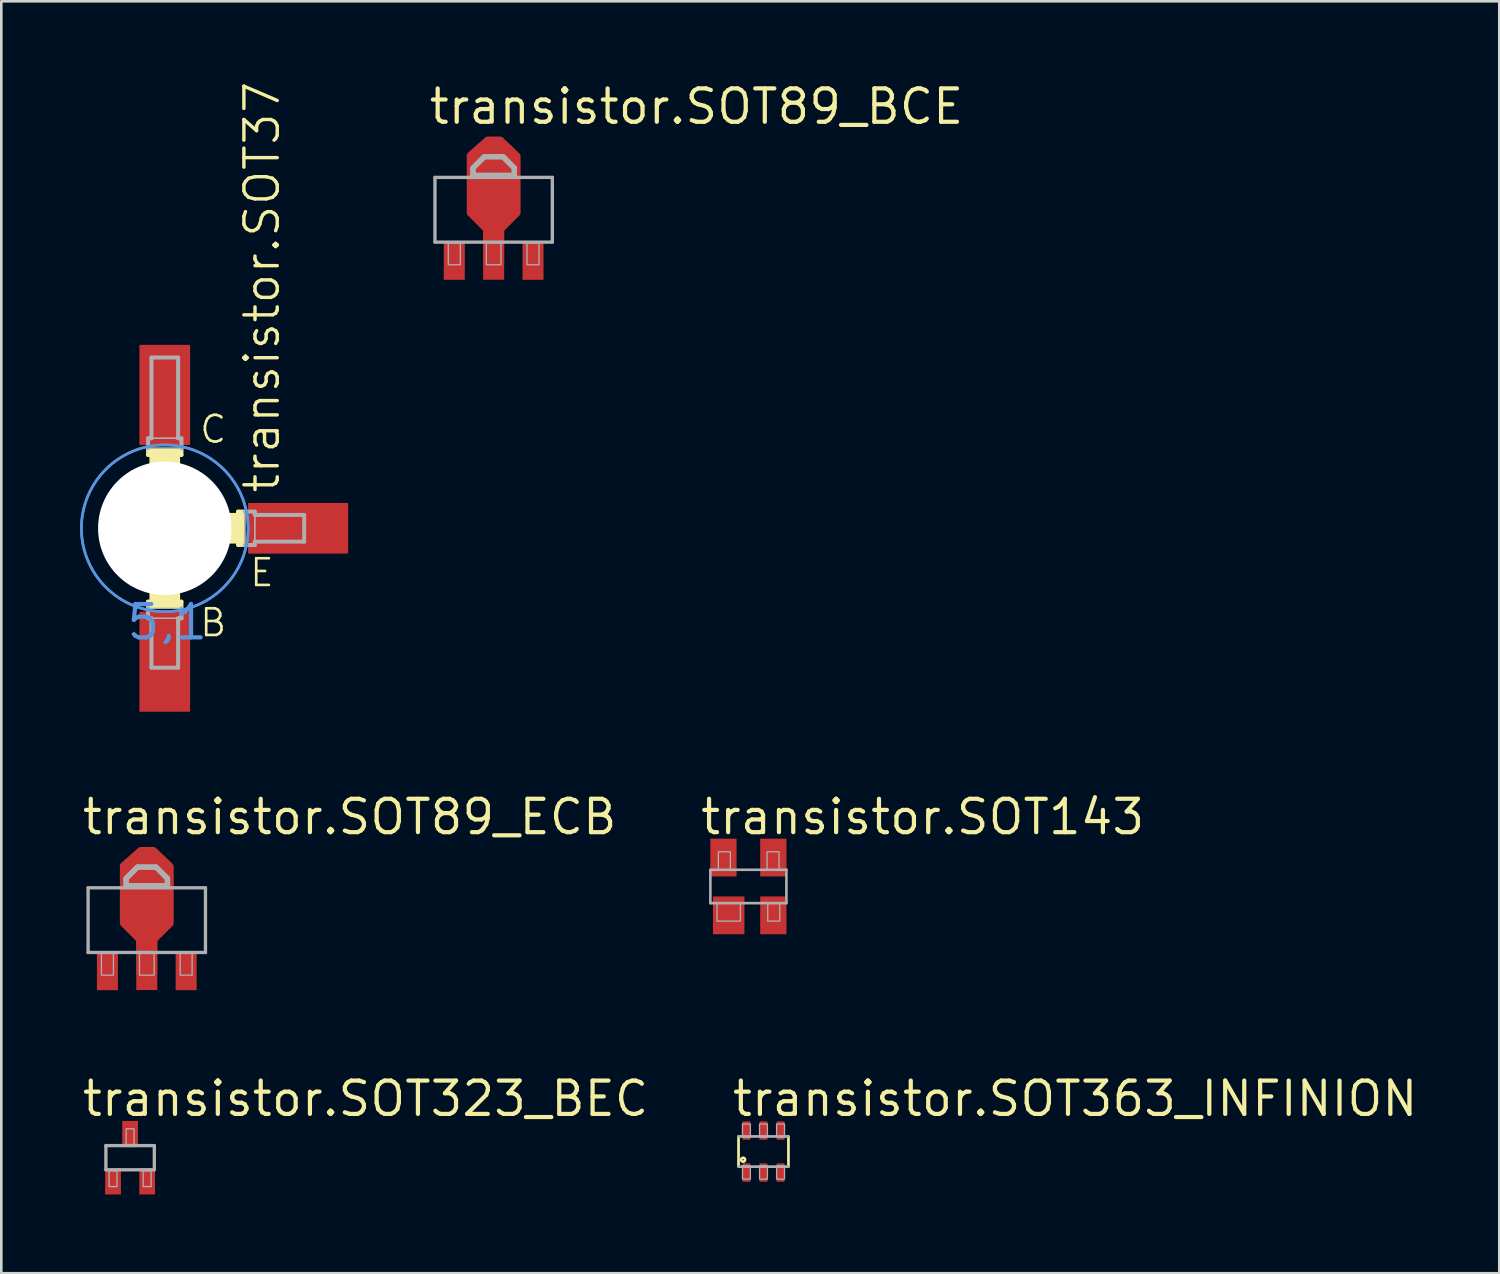
<source format=kicad_pcb>
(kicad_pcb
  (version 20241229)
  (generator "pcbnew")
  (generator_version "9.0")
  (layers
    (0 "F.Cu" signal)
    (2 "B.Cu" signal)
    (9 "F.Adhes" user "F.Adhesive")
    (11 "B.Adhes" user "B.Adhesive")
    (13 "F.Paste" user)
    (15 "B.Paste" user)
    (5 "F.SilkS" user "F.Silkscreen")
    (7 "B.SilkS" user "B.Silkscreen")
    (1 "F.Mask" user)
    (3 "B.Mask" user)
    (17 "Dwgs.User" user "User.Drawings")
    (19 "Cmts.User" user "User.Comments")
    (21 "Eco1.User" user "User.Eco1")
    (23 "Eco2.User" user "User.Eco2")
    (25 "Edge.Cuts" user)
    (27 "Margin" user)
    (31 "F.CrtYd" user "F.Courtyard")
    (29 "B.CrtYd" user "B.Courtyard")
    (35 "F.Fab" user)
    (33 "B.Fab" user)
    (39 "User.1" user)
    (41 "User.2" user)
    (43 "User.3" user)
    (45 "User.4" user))
  (footprint "transistor.SOT363_INFINION"
    (layer "F.Cu")
    (at 26.026 40.804)
    (property "Reference" "transistor.SOT363_INFINION" (at -1.27 -1.27 0) (layer "F.SilkS") (effects (font (size 1.27 1.27) (thickness 0.16)) (justify left bottom)))
    (attr smd)
    (fp_rect (start -0.838 -0.412) (end -0.463 -1.2) (stroke (width 0.05) (type default)) (fill yes) (layer "F.Mask"))
    (fp_rect (start -0.838 1.2) (end -0.463 0.412) (stroke (width 0.05) (type default)) (fill yes) (layer "F.Mask"))
    (fp_rect (start -0.188 -0.412) (end 0.188 -1.2) (stroke (width 0.05) (type default)) (fill yes) (layer "F.Mask"))
    (fp_rect (start -0.188 1.2) (end 0.188 0.412) (stroke (width 0.05) (type default)) (fill yes) (layer "F.Mask"))
    (fp_rect (start 0.463 -0.412) (end 0.838 -1.2) (stroke (width 0.05) (type default)) (fill yes) (layer "F.Mask"))
    (fp_rect (start 0.463 1.2) (end 0.838 0.412) (stroke (width 0.05) (type default)) (fill yes) (layer "F.Mask"))
    (fp_line (start -0.95 -0.575) (end -0.95 0.575) (stroke (width 0.102) (type default)) (layer "F.SilkS"))
    (fp_line (start 0.95 0.575) (end 0.95 -0.575) (stroke (width 0.102) (type default)) (layer "F.SilkS"))
    (fp_circle (center -0.775 0.312) (end -0.7 0.312) (stroke (width 0.1) (type default)) (fill no) (layer "F.SilkS"))
    (fp_rect (start -0.775 -0.475) (end -0.525 -1.125) (stroke (width 0.05) (type default)) (fill yes) (layer "F.Paste"))
    (fp_rect (start -0.775 1.125) (end -0.525 0.475) (stroke (width 0.05) (type default)) (fill yes) (layer "F.Paste"))
    (fp_rect (start -0.125 -0.475) (end 0.125 -1.125) (stroke (width 0.05) (type default)) (fill yes) (layer "F.Paste"))
    (fp_rect (start -0.125 1.125) (end 0.125 0.475) (stroke (width 0.05) (type default)) (fill yes) (layer "F.Paste"))
    (fp_rect (start 0.525 -0.475) (end 0.775 -1.125) (stroke (width 0.05) (type default)) (fill yes) (layer "F.Paste"))
    (fp_rect (start 0.525 1.125) (end 0.775 0.475) (stroke (width 0.05) (type default)) (fill yes) (layer "F.Paste"))
    (fp_line (start -0.95 -0.575) (end 0.95 -0.575) (stroke (width 0.102) (type default)) (layer "F.Fab"))
    (fp_line (start -0.95 0.575) (end 0.95 0.575) (stroke (width 0.102) (type default)) (layer "F.Fab"))
    (fp_rect (start -0.8 -0.55) (end -0.5 -1.05) (stroke (width 0.05) (type default)) (fill no) (layer "F.Fab"))
    (fp_rect (start -0.8 1.05) (end -0.5 0.55) (stroke (width 0.05) (type default)) (fill no) (layer "F.Fab"))
    (fp_rect (start -0.15 -0.55) (end 0.15 -1.05) (stroke (width 0.05) (type default)) (fill no) (layer "F.Fab"))
    (fp_rect (start -0.15 1.05) (end 0.15 0.55) (stroke (width 0.05) (type default)) (fill no) (layer "F.Fab"))
    (fp_rect (start 0.5 -0.55) (end 0.8 -1.05) (stroke (width 0.05) (type default)) (fill no) (layer "F.Fab"))
    (fp_rect (start 0.5 1.05) (end 0.8 0.55) (stroke (width 0.05) (type default)) (fill no) (layer "F.Fab"))
    (pad "1" smd roundrect (at -0.65 0.8) (size 0.3 0.7) (layers "F.Cu" "F.Mask" "F.Paste") (roundrect_rratio 0.01))
    (pad "2" smd roundrect (at 0 0.8) (size 0.3 0.7) (layers "F.Cu" "F.Mask" "F.Paste") (roundrect_rratio 0.01))
    (pad "3" smd roundrect (at 0.65 0.8) (size 0.3 0.7) (layers "F.Cu" "F.Mask" "F.Paste") (roundrect_rratio 0.01))
    (pad "4" smd roundrect (at 0.65 -0.8 180) (size 0.3 0.7) (layers "F.Cu" "F.Mask" "F.Paste") (roundrect_rratio 0.01))
    (pad "5" smd roundrect (at 0 -0.8 180) (size 0.3 0.7) (layers "F.Cu" "F.Mask" "F.Paste") (roundrect_rratio 0.01))
    (pad "6" smd roundrect (at -0.65 -0.8 180) (size 0.3 0.7) (layers "F.Cu" "F.Mask" "F.Paste") (roundrect_rratio 0.01)))
  (footprint "transistor.SOT323_BEC"
    (layer "F.Cu")
    (at 1.905 41.039)
    (property "Reference" "transistor.SOT323_BEC" (at -1.905 -1.505 0) (layer "F.SilkS") (effects (font (size 1.27 1.27) (thickness 0.16)) (justify left bottom)))
    (attr smd)
    (fp_line (start -0.922 -0.46) (end 0.922 -0.46) (stroke (width 0.127) (type default)) (layer "F.Fab"))
    (fp_line (start -0.922 0.46) (end -0.922 -0.46) (stroke (width 0.127) (type default)) (layer "F.Fab"))
    (fp_line (start 0.922 -0.46) (end 0.922 0.46) (stroke (width 0.127) (type default)) (layer "F.Fab"))
    (fp_line (start 0.922 0.46) (end -0.922 0.46) (stroke (width 0.127) (type default)) (layer "F.Fab"))
    (fp_rect (start -0.8 1.1) (end -0.5 0.5) (stroke (width 0.05) (type default)) (fill no) (layer "F.Fab"))
    (fp_rect (start -0.15 -0.5) (end 0.15 -1.1) (stroke (width 0.05) (type default)) (fill no) (layer "F.Fab"))
    (fp_rect (start 0.5 1.1) (end 0.8 0.5) (stroke (width 0.05) (type default)) (fill no) (layer "F.Fab"))
    (pad "B" smd roundrect (at -0.65 0.9) (size 0.6 1) (layers "F.Cu" "F.Mask" "F.Paste") (roundrect_rratio 0.01))
    (pad "C" smd roundrect (at 0 -0.9) (size 0.6 1) (layers "F.Cu" "F.Mask" "F.Paste") (roundrect_rratio 0.01))
    (pad "E" smd roundrect (at 0.65 0.9) (size 0.6 1) (layers "F.Cu" "F.Mask" "F.Paste") (roundrect_rratio 0.01)))
  (footprint "transistor.SOT89_ECB"
    (layer "F.Cu")
    (at 2.54 31.979)
    (property "Reference" "transistor.SOT89_ECB" (at -2.54 -3.175 0) (layer "F.SilkS") (effects (font (size 1.27 1.27) (thickness 0.16)) (justify left bottom)))
    (attr smd)
    (fp_poly (pts (xy 0.25 2.05) (xy -0.25 2.05) (xy -0.25 0.75) (xy -0.875 0.125) (xy -0.875 -2.05) (xy -0.225 -2.625) (xy 0.25 -2.625) (xy 0.875 -2.025) (xy 0.875 0.125) (xy 0.25 0.75)) (stroke (width 0.3) (type default)) (fill yes) (layer "F.Cu"))
    (fp_rect (start -0.5 2.78) (end 0.5 1.18) (stroke (width 0.05) (type default)) (fill yes) (layer "F.Mask"))
    (fp_poly (pts (xy -0.275 -2.025) (xy -0.275 0.15) (xy 0.25 0.15) (xy 0.25 -2.025)) (stroke (width 1.7) (type default)) (fill yes) (layer "F.Mask"))
    (fp_rect (start -0.4 2.68) (end 0.4 1.28) (stroke (width 0.05) (type default)) (fill yes) (layer "F.Paste"))
    (fp_poly (pts (xy -0.25 -2.05) (xy 0.275 -2.05) (xy 0.275 0.125) (xy -0.25 0.125)) (stroke (width 1.3) (type default)) (fill yes) (layer "F.Paste"))
    (fp_line (start -2.235 -1.219) (end 2.235 -1.219) (stroke (width 0.127) (type default)) (layer "F.Fab"))
    (fp_line (start -2.235 1.245) (end -2.235 -1.219) (stroke (width 0.127) (type default)) (layer "F.Fab"))
    (fp_line (start -0.787 -1.575) (end -0.356 -2.007) (stroke (width 0.2) (type default)) (layer "F.Fab"))
    (fp_line (start -0.787 -1.295) (end -0.787 -1.575) (stroke (width 0.2) (type default)) (layer "F.Fab"))
    (fp_line (start -0.356 -2.007) (end 0.356 -2.007) (stroke (width 0.2) (type default)) (layer "F.Fab"))
    (fp_line (start 0.356 -2.007) (end 0.787 -1.575) (stroke (width 0.2) (type default)) (layer "F.Fab"))
    (fp_line (start 0.787 -1.575) (end 0.787 -1.295) (stroke (width 0.2) (type default)) (layer "F.Fab"))
    (fp_line (start 0.787 -1.295) (end -0.787 -1.295) (stroke (width 0.2) (type default)) (layer "F.Fab"))
    (fp_line (start 2.235 -1.219) (end 2.235 1.245) (stroke (width 0.127) (type default)) (layer "F.Fab"))
    (fp_line (start 2.235 1.245) (end -2.235 1.245) (stroke (width 0.127) (type default)) (layer "F.Fab"))
    (fp_rect (start -1.727 2.108) (end -1.27 1.27) (stroke (width 0.05) (type default)) (fill no) (layer "F.Fab"))
    (fp_rect (start -0.279 2.108) (end 0.279 1.27) (stroke (width 0.05) (type default)) (fill no) (layer "F.Fab"))
    (fp_rect (start 1.27 2.108) (end 1.727 1.27) (stroke (width 0.05) (type default)) (fill no) (layer "F.Fab"))
    (fp_poly (pts (xy -0.787 -1.321) (xy -0.787 -1.575) (xy -0.356 -2.007) (xy 0.305 -2.007) (xy 0.356 -2.007) (xy 0.787 -1.575) (xy 0.787 -1.295) (xy -0.787 -1.295)) (stroke (width 0.2) (type default)) (fill no) (layer "F.Fab"))
    (pad "B" smd roundrect (at 1.499 1.981) (size 0.8 1.4) (layers "F.Cu" "F.Mask" "F.Paste") (roundrect_rratio 0.01))
    (pad "C" smd roundrect (at 0 1.727) (size 0.8 1.9) (layers "F.Cu" "F.Mask" "F.Paste") (roundrect_rratio 0.01))
    (pad "E" smd roundrect (at -1.499 1.981) (size 0.8 1.4) (layers "F.Cu" "F.Mask" "F.Paste") (roundrect_rratio 0.01)))
  (footprint "transistor.SOT89_BCE"
    (layer "F.Cu")
    (at 15.75 4.925)
    (property "Reference" "transistor.SOT89_BCE" (at -2.54 -3.175 0) (layer "F.SilkS") (effects (font (size 1.27 1.27) (thickness 0.16)) (justify left bottom)))
    (attr smd)
    (fp_poly (pts (xy 0.25 2.05) (xy -0.25 2.05) (xy -0.25 0.75) (xy -0.875 0.125) (xy -0.875 -2.05) (xy -0.225 -2.625) (xy 0.25 -2.625) (xy 0.875 -2.025) (xy 0.875 0.125) (xy 0.25 0.75)) (stroke (width 0.3) (type default)) (fill yes) (layer "F.Cu"))
    (fp_rect (start -0.5 2.78) (end 0.5 1.18) (stroke (width 0.05) (type default)) (fill yes) (layer "F.Mask"))
    (fp_poly (pts (xy -0.275 -2.025) (xy -0.275 0.15) (xy 0.25 0.15) (xy 0.25 -2.025)) (stroke (width 1.7) (type default)) (fill yes) (layer "F.Mask"))
    (fp_rect (start -0.4 2.68) (end 0.4 1.28) (stroke (width 0.05) (type default)) (fill yes) (layer "F.Paste"))
    (fp_poly (pts (xy -0.25 -2.05) (xy 0.275 -2.05) (xy 0.275 0.125) (xy -0.25 0.125)) (stroke (width 1.3) (type default)) (fill yes) (layer "F.Paste"))
    (fp_line (start -2.235 -1.219) (end 2.235 -1.219) (stroke (width 0.127) (type default)) (layer "F.Fab"))
    (fp_line (start -2.235 1.245) (end -2.235 -1.219) (stroke (width 0.127) (type default)) (layer "F.Fab"))
    (fp_line (start -0.787 -1.575) (end -0.356 -2.007) (stroke (width 0.2) (type default)) (layer "F.Fab"))
    (fp_line (start -0.787 -1.295) (end -0.787 -1.575) (stroke (width 0.2) (type default)) (layer "F.Fab"))
    (fp_line (start -0.356 -2.007) (end 0.356 -2.007) (stroke (width 0.2) (type default)) (layer "F.Fab"))
    (fp_line (start 0.356 -2.007) (end 0.787 -1.575) (stroke (width 0.2) (type default)) (layer "F.Fab"))
    (fp_line (start 0.787 -1.575) (end 0.787 -1.295) (stroke (width 0.2) (type default)) (layer "F.Fab"))
    (fp_line (start 0.787 -1.295) (end -0.787 -1.295) (stroke (width 0.2) (type default)) (layer "F.Fab"))
    (fp_line (start 2.235 -1.219) (end 2.235 1.245) (stroke (width 0.127) (type default)) (layer "F.Fab"))
    (fp_line (start 2.235 1.245) (end -2.235 1.245) (stroke (width 0.127) (type default)) (layer "F.Fab"))
    (fp_rect (start -1.727 2.108) (end -1.27 1.27) (stroke (width 0.05) (type default)) (fill no) (layer "F.Fab"))
    (fp_rect (start -0.279 2.108) (end 0.279 1.27) (stroke (width 0.05) (type default)) (fill no) (layer "F.Fab"))
    (fp_rect (start 1.27 2.108) (end 1.727 1.27) (stroke (width 0.05) (type default)) (fill no) (layer "F.Fab"))
    (fp_poly (pts (xy -0.787 -1.321) (xy -0.787 -1.575) (xy -0.356 -2.007) (xy 0.305 -2.007) (xy 0.356 -2.007) (xy 0.787 -1.575) (xy 0.787 -1.295) (xy -0.787 -1.295)) (stroke (width 0.2) (type default)) (fill no) (layer "F.Fab"))
    (pad "B" smd roundrect (at -1.499 1.981) (size 0.8 1.4) (layers "F.Cu" "F.Mask" "F.Paste") (roundrect_rratio 0.01))
    (pad "C" smd roundrect (at 0 1.727) (size 0.8 1.9) (layers "F.Cu" "F.Mask" "F.Paste") (roundrect_rratio 0.01))
    (pad "E" smd roundrect (at 1.499 1.981) (size 0.8 1.4) (layers "F.Cu" "F.Mask" "F.Paste") (roundrect_rratio 0.01)))
  (footprint "transistor.SOT143"
    (layer "F.Cu")
    (at 25.451 30.709)
    (property "Reference" "transistor.SOT143" (at -1.905 -1.905 0) (layer "F.SilkS") (effects (font (size 1.27 1.27) (thickness 0.16)) (justify left bottom)))
    (attr smd)
    (fp_line (start -1.448 -0.635) (end 1.448 -0.635) (stroke (width 0.1) (type default)) (layer "F.Fab"))
    (fp_line (start -1.448 0.635) (end -1.448 -0.635) (stroke (width 0.1) (type default)) (layer "F.Fab"))
    (fp_line (start -1.448 0.635) (end 1.448 0.635) (stroke (width 0.1) (type default)) (layer "F.Fab"))
    (fp_line (start 1.448 0.635) (end 1.448 -0.635) (stroke (width 0.1) (type default)) (layer "F.Fab"))
    (fp_rect (start -1.194 1.321) (end -0.305 0.635) (stroke (width 0.05) (type default)) (fill no) (layer "F.Fab"))
    (fp_rect (start -1.143 -0.635) (end -0.686 -1.321) (stroke (width 0.05) (type default)) (fill no) (layer "F.Fab"))
    (fp_rect (start 0.711 -0.635) (end 1.168 -1.321) (stroke (width 0.05) (type default)) (fill no) (layer "F.Fab"))
    (fp_rect (start 0.737 1.321) (end 1.194 0.635) (stroke (width 0.05) (type default)) (fill no) (layer "F.Fab"))
    (pad "1" smd roundrect (at -0.75 1.1) (size 1.2 1.44) (layers "F.Cu" "F.Mask" "F.Paste") (roundrect_rratio 0.01))
    (pad "2" smd roundrect (at 0.95 1.1) (size 1 1.44) (layers "F.Cu" "F.Mask" "F.Paste") (roundrect_rratio 0.01))
    (pad "3" smd roundrect (at 0.95 -1.1) (size 1 1.44) (layers "F.Cu" "F.Mask" "F.Paste") (roundrect_rratio 0.01))
    (pad "4" smd roundrect (at -0.95 -1.1) (size 1 1.44) (layers "F.Cu" "F.Mask" "F.Paste") (roundrect_rratio 0.01)))
  (footprint "transistor.SOT37"
    (layer "F.Cu")
    (at 3.225 17.069)
    (property "Reference" "transistor.SOT37" (at 4.445 -1.27 90) (layer "F.SilkS") (effects (font (size 1.27 1.27) (thickness 0.13)) (justify left bottom)))
    (attr smd)
    (fp_line (start -0.635 -2.794) (end -0.635 -3.048) (stroke (width 0.152) (type default)) (layer "F.SilkS"))
    (fp_line (start -0.635 -2.794) (end -0.508 -2.794) (stroke (width 0.152) (type default)) (layer "F.SilkS"))
    (fp_line (start -0.635 2.794) (end -0.635 3.048) (stroke (width 0.152) (type default)) (layer "F.SilkS"))
    (fp_line (start -0.635 2.794) (end -0.508 2.794) (stroke (width 0.152) (type default)) (layer "F.SilkS"))
    (fp_line (start -0.508 -2.235) (end -0.508 -2.794) (stroke (width 0.152) (type default)) (layer "F.SilkS"))
    (fp_line (start -0.508 2.235) (end -0.508 2.794) (stroke (width 0.152) (type default)) (layer "F.SilkS"))
    (fp_line (start 0.508 -2.235) (end 0.508 -2.794) (stroke (width 0.152) (type default)) (layer "F.SilkS"))
    (fp_line (start 0.508 2.235) (end 0.508 2.794) (stroke (width 0.152) (type default)) (layer "F.SilkS"))
    (fp_line (start 0.635 -2.794) (end 0.508 -2.794) (stroke (width 0.152) (type default)) (layer "F.SilkS"))
    (fp_line (start 0.635 -2.794) (end 0.635 -3.048) (stroke (width 0.152) (type default)) (layer "F.SilkS"))
    (fp_line (start 0.635 2.794) (end 0.508 2.794) (stroke (width 0.152) (type default)) (layer "F.SilkS"))
    (fp_line (start 0.635 2.794) (end 0.635 3.048) (stroke (width 0.152) (type default)) (layer "F.SilkS"))
    (fp_line (start 2.21 -0.508) (end 2.794 -0.508) (stroke (width 0.152) (type default)) (layer "F.SilkS"))
    (fp_line (start 2.235 0.508) (end 2.794 0.508) (stroke (width 0.152) (type default)) (layer "F.SilkS"))
    (fp_line (start 2.794 -0.635) (end 2.794 -0.508) (stroke (width 0.152) (type default)) (layer "F.SilkS"))
    (fp_line (start 2.794 0.635) (end 2.794 0.508) (stroke (width 0.152) (type default)) (layer "F.SilkS"))
    (fp_line (start 3.048 -0.635) (end 2.794 -0.635) (stroke (width 0.152) (type default)) (layer "F.SilkS"))
    (fp_line (start 3.048 0.635) (end 2.794 0.635) (stroke (width 0.152) (type default)) (layer "F.SilkS"))
    (fp_rect (start -0.635 -2.794) (end 0.635 -3.048) (stroke (width 0.05) (type default)) (fill yes) (layer "F.SilkS"))
    (fp_rect (start -0.635 3.048) (end 0.635 2.794) (stroke (width 0.05) (type default)) (fill yes) (layer "F.SilkS"))
    (fp_rect (start -0.508 -2.413) (end 0.508 -2.794) (stroke (width 0.05) (type default)) (fill yes) (layer "F.SilkS"))
    (fp_rect (start -0.508 2.794) (end 0.508 2.413) (stroke (width 0.05) (type default)) (fill yes) (layer "F.SilkS"))
    (fp_rect (start 2.413 0.508) (end 2.794 -0.508) (stroke (width 0.05) (type default)) (fill yes) (layer "F.SilkS"))
    (fp_rect (start 2.794 0.635) (end 3.048 -0.635) (stroke (width 0.05) (type default)) (fill yes) (layer "F.SilkS"))
    (fp_circle (center 0 -1.524) (end 0.508 -1.524) (stroke (width 0.152) (type default)) (fill no) (layer "F.SilkS"))
    (fp_circle (center 0 0) (end 2.286 0) (stroke (width 0.152) (type default)) (fill no) (layer "F.SilkS"))
    (fp_circle (center 0 0) (end 3.175 0) (stroke (width 0.1) (type default)) (fill no) (layer "Cmts.User"))
    (fp_circle (center 0 0) (end 3.175 0) (stroke (width 0.1) (type default)) (fill no) (layer "Cmts.User"))
    (fp_line (start -0.635 -3.048) (end -0.635 -3.429) (stroke (width 0.152) (type default)) (layer "F.Fab"))
    (fp_line (start -0.635 3.048) (end -0.635 3.429) (stroke (width 0.152) (type default)) (layer "F.Fab"))
    (fp_line (start -0.508 -6.502) (end 0.508 -6.502) (stroke (width 0.152) (type default)) (layer "F.Fab"))
    (fp_line (start -0.508 -3.429) (end -0.635 -3.429) (stroke (width 0.152) (type default)) (layer "F.Fab"))
    (fp_line (start -0.508 -3.429) (end -0.508 -6.502) (stroke (width 0.152) (type default)) (layer "F.Fab"))
    (fp_line (start -0.508 3.429) (end -0.635 3.429) (stroke (width 0.152) (type default)) (layer "F.Fab"))
    (fp_line (start -0.508 3.429) (end -0.508 5.309) (stroke (width 0.152) (type default)) (layer "F.Fab"))
    (fp_line (start -0.508 5.309) (end 0.508 5.309) (stroke (width 0.152) (type default)) (layer "F.Fab"))
    (fp_line (start 0.508 -3.429) (end 0.508 -6.502) (stroke (width 0.152) (type default)) (layer "F.Fab"))
    (fp_line (start 0.508 -3.429) (end 0.635 -3.429) (stroke (width 0.152) (type default)) (layer "F.Fab"))
    (fp_line (start 0.508 3.429) (end 0.508 5.309) (stroke (width 0.152) (type default)) (layer "F.Fab"))
    (fp_line (start 0.508 3.429) (end 0.635 3.429) (stroke (width 0.152) (type default)) (layer "F.Fab"))
    (fp_line (start 0.635 -3.048) (end 0.635 -3.429) (stroke (width 0.152) (type default)) (layer "F.Fab"))
    (fp_line (start 0.635 3.048) (end 0.635 3.429) (stroke (width 0.152) (type default)) (layer "F.Fab"))
    (fp_line (start 3.048 -0.635) (end 3.429 -0.635) (stroke (width 0.152) (type default)) (layer "F.Fab"))
    (fp_line (start 3.048 0.635) (end 3.429 0.635) (stroke (width 0.152) (type default)) (layer "F.Fab"))
    (fp_line (start 3.429 -0.508) (end 3.429 -0.635) (stroke (width 0.152) (type default)) (layer "F.Fab"))
    (fp_line (start 3.429 -0.508) (end 5.309 -0.508) (stroke (width 0.152) (type default)) (layer "F.Fab"))
    (fp_line (start 3.429 0.508) (end 3.429 0.635) (stroke (width 0.152) (type default)) (layer "F.Fab"))
    (fp_line (start 3.429 0.508) (end 5.309 0.508) (stroke (width 0.152) (type default)) (layer "F.Fab"))
    (fp_line (start 5.309 -0.508) (end 5.309 0.508) (stroke (width 0.152) (type default)) (layer "F.Fab"))
    (fp_rect (start -0.635 -3.048) (end 0.635 -3.429) (stroke (width 0.05) (type default)) (fill no) (layer "F.Fab"))
    (fp_rect (start -0.635 3.429) (end 0.635 3.048) (stroke (width 0.05) (type default)) (fill no) (layer "F.Fab"))
    (fp_rect (start -0.508 -3.429) (end 0.508 -6.477) (stroke (width 0.05) (type default)) (fill no) (layer "F.Fab"))
    (fp_rect (start -0.508 5.334) (end 0.508 3.429) (stroke (width 0.05) (type default)) (fill no) (layer "F.Fab"))
    (fp_rect (start 3.048 0.635) (end 3.429 -0.635) (stroke (width 0.05) (type default)) (fill no) (layer "F.Fab"))
    (fp_rect (start 3.429 0.508) (end 5.334 -0.508) (stroke (width 0.05) (type default)) (fill no) (layer "F.Fab"))
    (fp_text user "C" (at 1.27 -3.175 0) (layer "F.SilkS") (effects (font (size 1.016 1.016) (thickness 0.1)) (justify left bottom)))
    (fp_text user "B" (at 1.27 4.191 0) (layer "F.SilkS") (effects (font (size 1.016 1.016) (thickness 0.1)) (justify left bottom)))
    (fp_text user "E" (at 3.175 2.286 0) (layer "F.SilkS") (effects (font (size 1.016 1.016) (thickness 0.1)) (justify left bottom)))
    (fp_text user "5,1" (at -1.524 4.318 0) (layer "Cmts.User") (effects (font (size 1.27 1.27) (thickness 0.16)) (justify left bottom)))
    (pad "" np_thru_hole circle (at 0 0) (size 5.08 5.08) (drill 5.08) (layers "*.Cu" "*.Mask"))
    (pad "1" smd roundrect (at 0 -5.08) (size 1.93 3.81) (layers "F.Cu" "F.Mask" "F.Paste") (roundrect_rratio 0.01))
    (pad "2" smd roundrect (at 5.08 0) (size 3.81 1.93) (layers "F.Cu" "F.Mask" "F.Paste") (roundrect_rratio 0.01))
    (pad "3" smd roundrect (at 0 5.08) (size 1.93 3.81) (layers "F.Cu" "F.Mask" "F.Paste") (roundrect_rratio 0.01)))
  (gr_rect
    (start -3 -3)
    (end 54.047 45.439)
    (stroke (width 0.1) (type default))
    (fill no)
    (layer "Edge.Cuts")))
</source>
